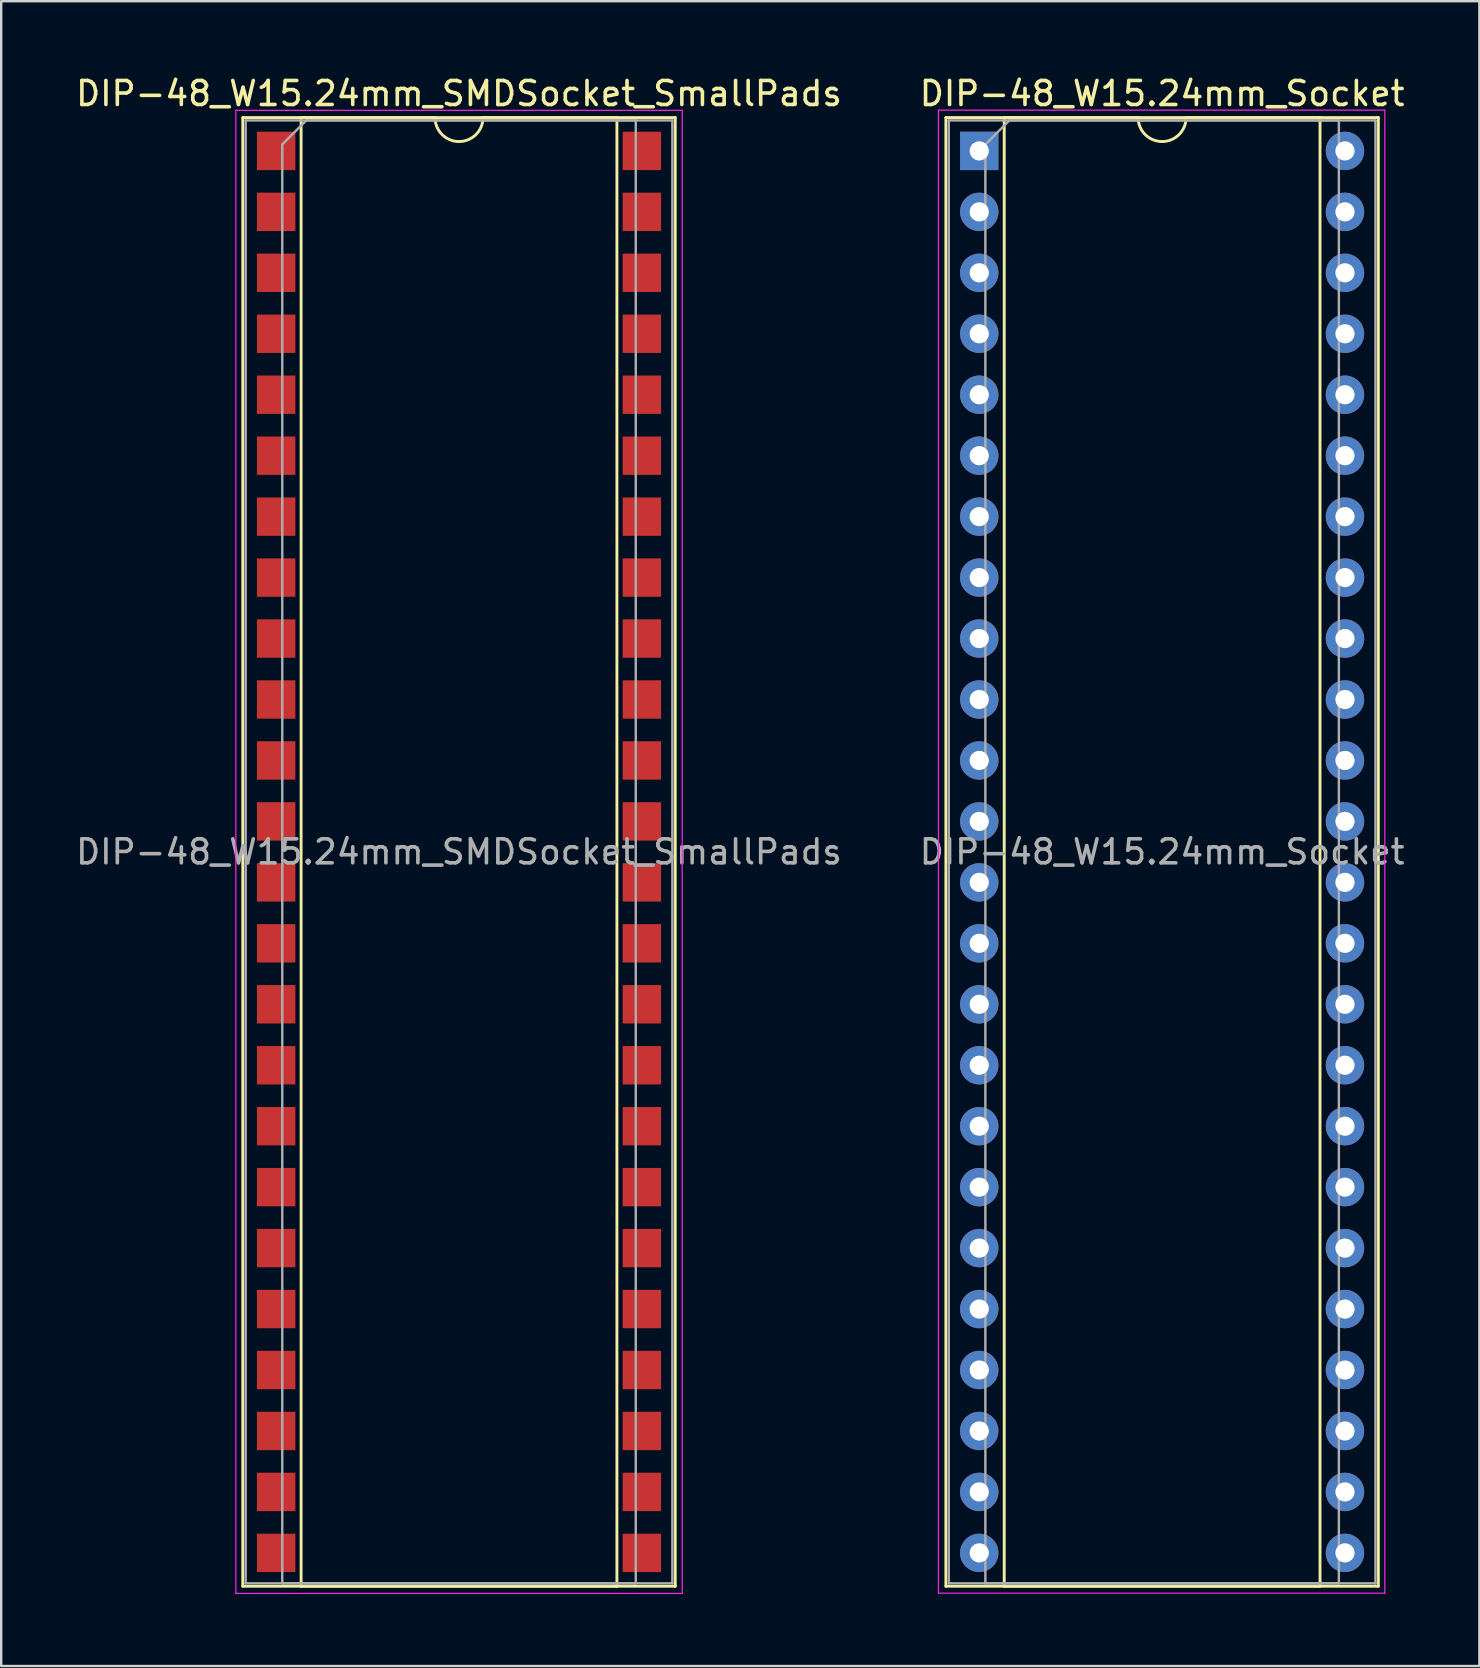
<source format=kicad_pcb>
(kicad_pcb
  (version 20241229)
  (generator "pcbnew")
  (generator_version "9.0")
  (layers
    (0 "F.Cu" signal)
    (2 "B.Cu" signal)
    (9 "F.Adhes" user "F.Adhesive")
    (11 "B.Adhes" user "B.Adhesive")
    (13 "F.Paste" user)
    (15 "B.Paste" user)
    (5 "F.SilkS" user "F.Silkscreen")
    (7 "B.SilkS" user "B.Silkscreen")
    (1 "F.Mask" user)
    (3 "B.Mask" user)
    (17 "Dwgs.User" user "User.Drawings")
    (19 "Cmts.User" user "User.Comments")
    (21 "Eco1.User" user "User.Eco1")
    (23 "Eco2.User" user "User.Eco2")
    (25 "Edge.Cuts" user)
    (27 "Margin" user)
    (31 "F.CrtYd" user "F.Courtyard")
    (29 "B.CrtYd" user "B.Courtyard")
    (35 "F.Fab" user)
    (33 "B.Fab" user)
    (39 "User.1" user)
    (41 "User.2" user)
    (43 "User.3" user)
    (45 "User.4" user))
  (footprint "DIP-48_W15.24mm_SMDSocket_SmallPads"
    (layer "F.Cu")
    (at 16.077 32.448)
    (property "Reference" "DIP-48_W15.24mm_SMDSocket_SmallPads" (at 0 -31.6 0) (layer "F.SilkS") (effects (font (size 1 1) (thickness 0.15))))
    (attr smd)
    (fp_line (start -9.01 -30.6) (end -9.01 30.6) (stroke (width 0.12) (type solid)) (layer "F.SilkS"))
    (fp_line (start -9.01 30.6) (end 9.01 30.6) (stroke (width 0.12) (type solid)) (layer "F.SilkS"))
    (fp_line (start -6.58 -30.6) (end -6.58 30.6) (stroke (width 0.12) (type solid)) (layer "F.SilkS"))
    (fp_line (start -6.58 30.6) (end 6.58 30.6) (stroke (width 0.12) (type solid)) (layer "F.SilkS"))
    (fp_line (start -1 -30.6) (end -6.58 -30.6) (stroke (width 0.12) (type solid)) (layer "F.SilkS"))
    (fp_line (start 6.58 -30.6) (end 1 -30.6) (stroke (width 0.12) (type solid)) (layer "F.SilkS"))
    (fp_line (start 6.58 30.6) (end 6.58 -30.6) (stroke (width 0.12) (type solid)) (layer "F.SilkS"))
    (fp_line (start 9.01 -30.6) (end -9.01 -30.6) (stroke (width 0.12) (type solid)) (layer "F.SilkS"))
    (fp_line (start 9.01 30.6) (end 9.01 -30.6) (stroke (width 0.12) (type solid)) (layer "F.SilkS"))
    (fp_arc (start 1 -30.6) (mid 0 -29.6) (end -1 -30.6) (stroke (width 0.12) (type solid)) (layer "F.SilkS"))
    (fp_line (start -9.3 -30.9) (end -9.3 30.9) (stroke (width 0.05) (type solid)) (layer "F.CrtYd"))
    (fp_line (start -9.3 30.9) (end 9.3 30.9) (stroke (width 0.05) (type solid)) (layer "F.CrtYd"))
    (fp_line (start 9.3 -30.9) (end -9.3 -30.9) (stroke (width 0.05) (type solid)) (layer "F.CrtYd"))
    (fp_line (start 9.3 30.9) (end 9.3 -30.9) (stroke (width 0.05) (type solid)) (layer "F.CrtYd"))
    (fp_line (start -8.89 -30.48) (end -8.89 30.48) (stroke (width 0.1) (type solid)) (layer "F.Fab"))
    (fp_line (start -8.89 30.48) (end 8.89 30.48) (stroke (width 0.1) (type solid)) (layer "F.Fab"))
    (fp_line (start -7.365 -29.48) (end -6.365 -30.48) (stroke (width 0.1) (type solid)) (layer "F.Fab"))
    (fp_line (start -7.365 30.48) (end -7.365 -29.48) (stroke (width 0.1) (type solid)) (layer "F.Fab"))
    (fp_line (start -6.365 -30.48) (end 7.365 -30.48) (stroke (width 0.1) (type solid)) (layer "F.Fab"))
    (fp_line (start 7.365 -30.48) (end 7.365 30.48) (stroke (width 0.1) (type solid)) (layer "F.Fab"))
    (fp_line (start 7.365 30.48) (end -7.365 30.48) (stroke (width 0.1) (type solid)) (layer "F.Fab"))
    (fp_line (start 8.89 -30.48) (end -8.89 -30.48) (stroke (width 0.1) (type solid)) (layer "F.Fab"))
    (fp_line (start 8.89 30.48) (end 8.89 -30.48) (stroke (width 0.1) (type solid)) (layer "F.Fab"))
    (fp_text user "${REFERENCE}" (at 0 0 0) (layer "F.Fab") (effects (font (size 1 1) (thickness 0.15))))
    (pad "1" smd rect (at -7.62 -29.21) (size 1.6 1.6) (layers "F.Cu" "F.Mask" "F.Paste"))
    (pad "2" smd rect (at -7.62 -26.67) (size 1.6 1.6) (layers "F.Cu" "F.Mask" "F.Paste"))
    (pad "3" smd rect (at -7.62 -24.13) (size 1.6 1.6) (layers "F.Cu" "F.Mask" "F.Paste"))
    (pad "4" smd rect (at -7.62 -21.59) (size 1.6 1.6) (layers "F.Cu" "F.Mask" "F.Paste"))
    (pad "5" smd rect (at -7.62 -19.05) (size 1.6 1.6) (layers "F.Cu" "F.Mask" "F.Paste"))
    (pad "6" smd rect (at -7.62 -16.51) (size 1.6 1.6) (layers "F.Cu" "F.Mask" "F.Paste"))
    (pad "7" smd rect (at -7.62 -13.97) (size 1.6 1.6) (layers "F.Cu" "F.Mask" "F.Paste"))
    (pad "8" smd rect (at -7.62 -11.43) (size 1.6 1.6) (layers "F.Cu" "F.Mask" "F.Paste"))
    (pad "9" smd rect (at -7.62 -8.89) (size 1.6 1.6) (layers "F.Cu" "F.Mask" "F.Paste"))
    (pad "10" smd rect (at -7.62 -6.35) (size 1.6 1.6) (layers "F.Cu" "F.Mask" "F.Paste"))
    (pad "11" smd rect (at -7.62 -3.81) (size 1.6 1.6) (layers "F.Cu" "F.Mask" "F.Paste"))
    (pad "12" smd rect (at -7.62 -1.27) (size 1.6 1.6) (layers "F.Cu" "F.Mask" "F.Paste"))
    (pad "13" smd rect (at -7.62 1.27) (size 1.6 1.6) (layers "F.Cu" "F.Mask" "F.Paste"))
    (pad "14" smd rect (at -7.62 3.81) (size 1.6 1.6) (layers "F.Cu" "F.Mask" "F.Paste"))
    (pad "15" smd rect (at -7.62 6.35) (size 1.6 1.6) (layers "F.Cu" "F.Mask" "F.Paste"))
    (pad "16" smd rect (at -7.62 8.89) (size 1.6 1.6) (layers "F.Cu" "F.Mask" "F.Paste"))
    (pad "17" smd rect (at -7.62 11.43) (size 1.6 1.6) (layers "F.Cu" "F.Mask" "F.Paste"))
    (pad "18" smd rect (at -7.62 13.97) (size 1.6 1.6) (layers "F.Cu" "F.Mask" "F.Paste"))
    (pad "19" smd rect (at -7.62 16.51) (size 1.6 1.6) (layers "F.Cu" "F.Mask" "F.Paste"))
    (pad "20" smd rect (at -7.62 19.05) (size 1.6 1.6) (layers "F.Cu" "F.Mask" "F.Paste"))
    (pad "21" smd rect (at -7.62 21.59) (size 1.6 1.6) (layers "F.Cu" "F.Mask" "F.Paste"))
    (pad "22" smd rect (at -7.62 24.13) (size 1.6 1.6) (layers "F.Cu" "F.Mask" "F.Paste"))
    (pad "23" smd rect (at -7.62 26.67) (size 1.6 1.6) (layers "F.Cu" "F.Mask" "F.Paste"))
    (pad "24" smd rect (at -7.62 29.21) (size 1.6 1.6) (layers "F.Cu" "F.Mask" "F.Paste"))
    (pad "25" smd rect (at 7.62 29.21) (size 1.6 1.6) (layers "F.Cu" "F.Mask" "F.Paste"))
    (pad "26" smd rect (at 7.62 26.67) (size 1.6 1.6) (layers "F.Cu" "F.Mask" "F.Paste"))
    (pad "27" smd rect (at 7.62 24.13) (size 1.6 1.6) (layers "F.Cu" "F.Mask" "F.Paste"))
    (pad "28" smd rect (at 7.62 21.59) (size 1.6 1.6) (layers "F.Cu" "F.Mask" "F.Paste"))
    (pad "29" smd rect (at 7.62 19.05) (size 1.6 1.6) (layers "F.Cu" "F.Mask" "F.Paste"))
    (pad "30" smd rect (at 7.62 16.51) (size 1.6 1.6) (layers "F.Cu" "F.Mask" "F.Paste"))
    (pad "31" smd rect (at 7.62 13.97) (size 1.6 1.6) (layers "F.Cu" "F.Mask" "F.Paste"))
    (pad "32" smd rect (at 7.62 11.43) (size 1.6 1.6) (layers "F.Cu" "F.Mask" "F.Paste"))
    (pad "33" smd rect (at 7.62 8.89) (size 1.6 1.6) (layers "F.Cu" "F.Mask" "F.Paste"))
    (pad "34" smd rect (at 7.62 6.35) (size 1.6 1.6) (layers "F.Cu" "F.Mask" "F.Paste"))
    (pad "35" smd rect (at 7.62 3.81) (size 1.6 1.6) (layers "F.Cu" "F.Mask" "F.Paste"))
    (pad "36" smd rect (at 7.62 1.27) (size 1.6 1.6) (layers "F.Cu" "F.Mask" "F.Paste"))
    (pad "37" smd rect (at 7.62 -1.27) (size 1.6 1.6) (layers "F.Cu" "F.Mask" "F.Paste"))
    (pad "38" smd rect (at 7.62 -3.81) (size 1.6 1.6) (layers "F.Cu" "F.Mask" "F.Paste"))
    (pad "39" smd rect (at 7.62 -6.35) (size 1.6 1.6) (layers "F.Cu" "F.Mask" "F.Paste"))
    (pad "40" smd rect (at 7.62 -8.89) (size 1.6 1.6) (layers "F.Cu" "F.Mask" "F.Paste"))
    (pad "41" smd rect (at 7.62 -11.43) (size 1.6 1.6) (layers "F.Cu" "F.Mask" "F.Paste"))
    (pad "42" smd rect (at 7.62 -13.97) (size 1.6 1.6) (layers "F.Cu" "F.Mask" "F.Paste"))
    (pad "43" smd rect (at 7.62 -16.51) (size 1.6 1.6) (layers "F.Cu" "F.Mask" "F.Paste"))
    (pad "44" smd rect (at 7.62 -19.05) (size 1.6 1.6) (layers "F.Cu" "F.Mask" "F.Paste"))
    (pad "45" smd rect (at 7.62 -21.59) (size 1.6 1.6) (layers "F.Cu" "F.Mask" "F.Paste"))
    (pad "46" smd rect (at 7.62 -24.13) (size 1.6 1.6) (layers "F.Cu" "F.Mask" "F.Paste"))
    (pad "47" smd rect (at 7.62 -26.67) (size 1.6 1.6) (layers "F.Cu" "F.Mask" "F.Paste"))
    (pad "48" smd rect (at 7.62 -29.21) (size 1.6 1.6) (layers "F.Cu" "F.Mask" "F.Paste")))
  (footprint "DIP-48_W15.24mm_Socket"
    (layer "F.Cu")
    (at 37.755 3.238)
    (property "Reference" "DIP-48_W15.24mm_Socket" (at 7.62 -2.39 0) (layer "F.SilkS") (effects (font (size 1 1) (thickness 0.15))))
    (attr through_hole)
    (fp_line (start -1.39 -1.39) (end -1.39 59.81) (stroke (width 0.12) (type solid)) (layer "F.SilkS"))
    (fp_line (start -1.39 59.81) (end 16.63 59.81) (stroke (width 0.12) (type solid)) (layer "F.SilkS"))
    (fp_line (start 1.04 -1.39) (end 1.04 59.81) (stroke (width 0.12) (type solid)) (layer "F.SilkS"))
    (fp_line (start 1.04 59.81) (end 14.2 59.81) (stroke (width 0.12) (type solid)) (layer "F.SilkS"))
    (fp_line (start 6.62 -1.39) (end 1.04 -1.39) (stroke (width 0.12) (type solid)) (layer "F.SilkS"))
    (fp_line (start 14.2 -1.39) (end 8.62 -1.39) (stroke (width 0.12) (type solid)) (layer "F.SilkS"))
    (fp_line (start 14.2 59.81) (end 14.2 -1.39) (stroke (width 0.12) (type solid)) (layer "F.SilkS"))
    (fp_line (start 16.63 -1.39) (end -1.39 -1.39) (stroke (width 0.12) (type solid)) (layer "F.SilkS"))
    (fp_line (start 16.63 59.81) (end 16.63 -1.39) (stroke (width 0.12) (type solid)) (layer "F.SilkS"))
    (fp_arc (start 8.62 -1.39) (mid 7.62 -0.39) (end 6.62 -1.39) (stroke (width 0.12) (type solid)) (layer "F.SilkS"))
    (fp_line (start -1.7 -1.7) (end -1.7 60.1) (stroke (width 0.05) (type solid)) (layer "F.CrtYd"))
    (fp_line (start -1.7 60.1) (end 16.9 60.1) (stroke (width 0.05) (type solid)) (layer "F.CrtYd"))
    (fp_line (start 16.9 -1.7) (end -1.7 -1.7) (stroke (width 0.05) (type solid)) (layer "F.CrtYd"))
    (fp_line (start 16.9 60.1) (end 16.9 -1.7) (stroke (width 0.05) (type solid)) (layer "F.CrtYd"))
    (fp_line (start -1.27 -1.27) (end -1.27 59.69) (stroke (width 0.1) (type solid)) (layer "F.Fab"))
    (fp_line (start -1.27 59.69) (end 16.51 59.69) (stroke (width 0.1) (type solid)) (layer "F.Fab"))
    (fp_line (start 0.255 -0.27) (end 1.255 -1.27) (stroke (width 0.1) (type solid)) (layer "F.Fab"))
    (fp_line (start 0.255 59.69) (end 0.255 -0.27) (stroke (width 0.1) (type solid)) (layer "F.Fab"))
    (fp_line (start 1.255 -1.27) (end 14.985 -1.27) (stroke (width 0.1) (type solid)) (layer "F.Fab"))
    (fp_line (start 14.985 -1.27) (end 14.985 59.69) (stroke (width 0.1) (type solid)) (layer "F.Fab"))
    (fp_line (start 14.985 59.69) (end 0.255 59.69) (stroke (width 0.1) (type solid)) (layer "F.Fab"))
    (fp_line (start 16.51 -1.27) (end -1.27 -1.27) (stroke (width 0.1) (type solid)) (layer "F.Fab"))
    (fp_line (start 16.51 59.69) (end 16.51 -1.27) (stroke (width 0.1) (type solid)) (layer "F.Fab"))
    (fp_text user "${REFERENCE}" (at 7.62 29.21 0) (layer "F.Fab") (effects (font (size 1 1) (thickness 0.15))))
    (pad "1" thru_hole rect (at 0 0) (size 1.6 1.6) (drill 0.8) (layers "*.Cu" "*.Mask"))
    (pad "2" thru_hole oval (at 0 2.54) (size 1.6 1.6) (drill 0.8) (layers "*.Cu" "*.Mask"))
    (pad "3" thru_hole oval (at 0 5.08) (size 1.6 1.6) (drill 0.8) (layers "*.Cu" "*.Mask"))
    (pad "4" thru_hole oval (at 0 7.62) (size 1.6 1.6) (drill 0.8) (layers "*.Cu" "*.Mask"))
    (pad "5" thru_hole oval (at 0 10.16) (size 1.6 1.6) (drill 0.8) (layers "*.Cu" "*.Mask"))
    (pad "6" thru_hole oval (at 0 12.7) (size 1.6 1.6) (drill 0.8) (layers "*.Cu" "*.Mask"))
    (pad "7" thru_hole oval (at 0 15.24) (size 1.6 1.6) (drill 0.8) (layers "*.Cu" "*.Mask"))
    (pad "8" thru_hole oval (at 0 17.78) (size 1.6 1.6) (drill 0.8) (layers "*.Cu" "*.Mask"))
    (pad "9" thru_hole oval (at 0 20.32) (size 1.6 1.6) (drill 0.8) (layers "*.Cu" "*.Mask"))
    (pad "10" thru_hole oval (at 0 22.86) (size 1.6 1.6) (drill 0.8) (layers "*.Cu" "*.Mask"))
    (pad "11" thru_hole oval (at 0 25.4) (size 1.6 1.6) (drill 0.8) (layers "*.Cu" "*.Mask"))
    (pad "12" thru_hole oval (at 0 27.94) (size 1.6 1.6) (drill 0.8) (layers "*.Cu" "*.Mask"))
    (pad "13" thru_hole oval (at 0 30.48) (size 1.6 1.6) (drill 0.8) (layers "*.Cu" "*.Mask"))
    (pad "14" thru_hole oval (at 0 33.02) (size 1.6 1.6) (drill 0.8) (layers "*.Cu" "*.Mask"))
    (pad "15" thru_hole oval (at 0 35.56) (size 1.6 1.6) (drill 0.8) (layers "*.Cu" "*.Mask"))
    (pad "16" thru_hole oval (at 0 38.1) (size 1.6 1.6) (drill 0.8) (layers "*.Cu" "*.Mask"))
    (pad "17" thru_hole oval (at 0 40.64) (size 1.6 1.6) (drill 0.8) (layers "*.Cu" "*.Mask"))
    (pad "18" thru_hole oval (at 0 43.18) (size 1.6 1.6) (drill 0.8) (layers "*.Cu" "*.Mask"))
    (pad "19" thru_hole oval (at 0 45.72) (size 1.6 1.6) (drill 0.8) (layers "*.Cu" "*.Mask"))
    (pad "20" thru_hole oval (at 0 48.26) (size 1.6 1.6) (drill 0.8) (layers "*.Cu" "*.Mask"))
    (pad "21" thru_hole oval (at 0 50.8) (size 1.6 1.6) (drill 0.8) (layers "*.Cu" "*.Mask"))
    (pad "22" thru_hole oval (at 0 53.34) (size 1.6 1.6) (drill 0.8) (layers "*.Cu" "*.Mask"))
    (pad "23" thru_hole oval (at 0 55.88) (size 1.6 1.6) (drill 0.8) (layers "*.Cu" "*.Mask"))
    (pad "24" thru_hole oval (at 0 58.42) (size 1.6 1.6) (drill 0.8) (layers "*.Cu" "*.Mask"))
    (pad "25" thru_hole oval (at 15.24 58.42) (size 1.6 1.6) (drill 0.8) (layers "*.Cu" "*.Mask"))
    (pad "26" thru_hole oval (at 15.24 55.88) (size 1.6 1.6) (drill 0.8) (layers "*.Cu" "*.Mask"))
    (pad "27" thru_hole oval (at 15.24 53.34) (size 1.6 1.6) (drill 0.8) (layers "*.Cu" "*.Mask"))
    (pad "28" thru_hole oval (at 15.24 50.8) (size 1.6 1.6) (drill 0.8) (layers "*.Cu" "*.Mask"))
    (pad "29" thru_hole oval (at 15.24 48.26) (size 1.6 1.6) (drill 0.8) (layers "*.Cu" "*.Mask"))
    (pad "30" thru_hole oval (at 15.24 45.72) (size 1.6 1.6) (drill 0.8) (layers "*.Cu" "*.Mask"))
    (pad "31" thru_hole oval (at 15.24 43.18) (size 1.6 1.6) (drill 0.8) (layers "*.Cu" "*.Mask"))
    (pad "32" thru_hole oval (at 15.24 40.64) (size 1.6 1.6) (drill 0.8) (layers "*.Cu" "*.Mask"))
    (pad "33" thru_hole oval (at 15.24 38.1) (size 1.6 1.6) (drill 0.8) (layers "*.Cu" "*.Mask"))
    (pad "34" thru_hole oval (at 15.24 35.56) (size 1.6 1.6) (drill 0.8) (layers "*.Cu" "*.Mask"))
    (pad "35" thru_hole oval (at 15.24 33.02) (size 1.6 1.6) (drill 0.8) (layers "*.Cu" "*.Mask"))
    (pad "36" thru_hole oval (at 15.24 30.48) (size 1.6 1.6) (drill 0.8) (layers "*.Cu" "*.Mask"))
    (pad "37" thru_hole oval (at 15.24 27.94) (size 1.6 1.6) (drill 0.8) (layers "*.Cu" "*.Mask"))
    (pad "38" thru_hole oval (at 15.24 25.4) (size 1.6 1.6) (drill 0.8) (layers "*.Cu" "*.Mask"))
    (pad "39" thru_hole oval (at 15.24 22.86) (size 1.6 1.6) (drill 0.8) (layers "*.Cu" "*.Mask"))
    (pad "40" thru_hole oval (at 15.24 20.32) (size 1.6 1.6) (drill 0.8) (layers "*.Cu" "*.Mask"))
    (pad "41" thru_hole oval (at 15.24 17.78) (size 1.6 1.6) (drill 0.8) (layers "*.Cu" "*.Mask"))
    (pad "42" thru_hole oval (at 15.24 15.24) (size 1.6 1.6) (drill 0.8) (layers "*.Cu" "*.Mask"))
    (pad "43" thru_hole oval (at 15.24 12.7) (size 1.6 1.6) (drill 0.8) (layers "*.Cu" "*.Mask"))
    (pad "44" thru_hole oval (at 15.24 10.16) (size 1.6 1.6) (drill 0.8) (layers "*.Cu" "*.Mask"))
    (pad "45" thru_hole oval (at 15.24 7.62) (size 1.6 1.6) (drill 0.8) (layers "*.Cu" "*.Mask"))
    (pad "46" thru_hole oval (at 15.24 5.08) (size 1.6 1.6) (drill 0.8) (layers "*.Cu" "*.Mask"))
    (pad "47" thru_hole oval (at 15.24 2.54) (size 1.6 1.6) (drill 0.8) (layers "*.Cu" "*.Mask"))
    (pad "48" thru_hole oval (at 15.24 0) (size 1.6 1.6) (drill 0.8) (layers "*.Cu" "*.Mask")))
  (gr_rect
    (start -3 -3)
    (end 58.595 66.373)
    (stroke (width 0.1) (type default))
    (fill no)
    (layer "Edge.Cuts")))
</source>
